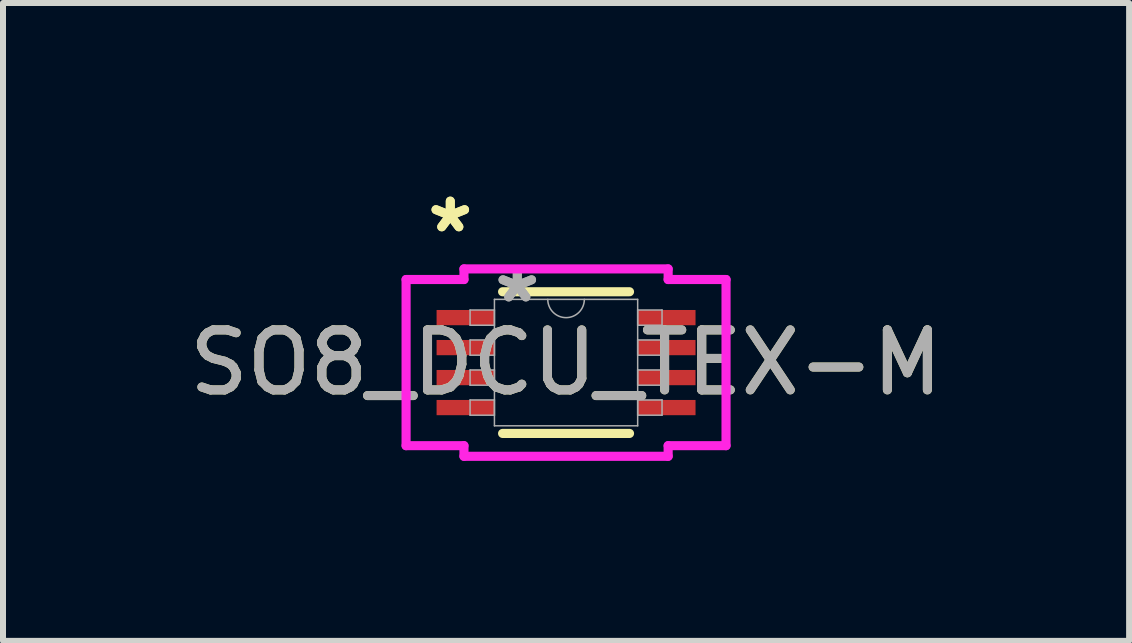
<source format=kicad_pcb>
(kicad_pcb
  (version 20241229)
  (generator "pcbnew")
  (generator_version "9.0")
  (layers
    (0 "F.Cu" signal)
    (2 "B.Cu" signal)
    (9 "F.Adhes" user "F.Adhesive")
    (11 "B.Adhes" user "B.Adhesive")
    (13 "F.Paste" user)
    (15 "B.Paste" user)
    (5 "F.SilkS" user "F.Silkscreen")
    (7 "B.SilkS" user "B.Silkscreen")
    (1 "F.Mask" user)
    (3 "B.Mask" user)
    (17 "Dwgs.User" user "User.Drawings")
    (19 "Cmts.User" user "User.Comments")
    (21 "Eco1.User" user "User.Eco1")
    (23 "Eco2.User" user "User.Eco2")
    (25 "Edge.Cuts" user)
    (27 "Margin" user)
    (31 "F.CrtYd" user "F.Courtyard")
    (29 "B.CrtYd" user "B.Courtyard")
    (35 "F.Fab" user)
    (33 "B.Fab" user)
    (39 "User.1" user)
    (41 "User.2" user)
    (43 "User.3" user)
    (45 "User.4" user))
  (footprint "SO8_DCU_TEX-M"
    (layer "F.Cu")
    (at 6.387 2.995)
    (property "Reference" "SO8_DCU_TEX-M" (at 0 0 0) (unlocked yes) (layer "F.SilkS") (effects (font (size 1 1) (thickness 0.15))))
    (attr smd)
    (fp_line (start -1.058 1.181) (end 1.058 1.181) (stroke (width 0.152) (type solid)) (layer "F.SilkS"))
    (fp_line (start 1.058 -1.181) (end -1.058 -1.181) (stroke (width 0.152) (type solid)) (layer "F.SilkS"))
    (fp_line (start -2.667 -1.385) (end -1.702 -1.385) (stroke (width 0.152) (type solid)) (layer "F.CrtYd"))
    (fp_line (start -2.667 1.385) (end -2.667 -1.385) (stroke (width 0.152) (type solid)) (layer "F.CrtYd"))
    (fp_line (start -2.667 1.385) (end -1.702 1.385) (stroke (width 0.152) (type solid)) (layer "F.CrtYd"))
    (fp_line (start -1.702 -1.562) (end 1.702 -1.562) (stroke (width 0.152) (type solid)) (layer "F.CrtYd"))
    (fp_line (start -1.702 -1.385) (end -1.702 -1.562) (stroke (width 0.152) (type solid)) (layer "F.CrtYd"))
    (fp_line (start -1.702 1.562) (end -1.702 1.385) (stroke (width 0.152) (type solid)) (layer "F.CrtYd"))
    (fp_line (start 1.702 -1.562) (end 1.702 -1.385) (stroke (width 0.152) (type solid)) (layer "F.CrtYd"))
    (fp_line (start 1.702 1.385) (end 1.702 1.562) (stroke (width 0.152) (type solid)) (layer "F.CrtYd"))
    (fp_line (start 1.702 1.562) (end -1.702 1.562) (stroke (width 0.152) (type solid)) (layer "F.CrtYd"))
    (fp_line (start 2.667 -1.385) (end 1.702 -1.385) (stroke (width 0.152) (type solid)) (layer "F.CrtYd"))
    (fp_line (start 2.667 -1.385) (end 2.667 1.385) (stroke (width 0.152) (type solid)) (layer "F.CrtYd"))
    (fp_line (start 2.667 1.385) (end 1.702 1.385) (stroke (width 0.152) (type solid)) (layer "F.CrtYd"))
    (fp_line (start -1.6 -0.877) (end -1.6 -0.623) (stroke (width 0.025) (type solid)) (layer "F.Fab"))
    (fp_line (start -1.6 -0.623) (end -1.194 -0.623) (stroke (width 0.025) (type solid)) (layer "F.Fab"))
    (fp_line (start -1.6 -0.377) (end -1.6 -0.123) (stroke (width 0.025) (type solid)) (layer "F.Fab"))
    (fp_line (start -1.6 -0.123) (end -1.194 -0.123) (stroke (width 0.025) (type solid)) (layer "F.Fab"))
    (fp_line (start -1.6 0.123) (end -1.6 0.377) (stroke (width 0.025) (type solid)) (layer "F.Fab"))
    (fp_line (start -1.6 0.377) (end -1.194 0.377) (stroke (width 0.025) (type solid)) (layer "F.Fab"))
    (fp_line (start -1.6 0.623) (end -1.6 0.877) (stroke (width 0.025) (type solid)) (layer "F.Fab"))
    (fp_line (start -1.6 0.877) (end -1.194 0.877) (stroke (width 0.025) (type solid)) (layer "F.Fab"))
    (fp_line (start -1.194 -1.054) (end -1.194 1.054) (stroke (width 0.025) (type solid)) (layer "F.Fab"))
    (fp_line (start -1.194 -0.877) (end -1.6 -0.877) (stroke (width 0.025) (type solid)) (layer "F.Fab"))
    (fp_line (start -1.194 -0.623) (end -1.194 -0.877) (stroke (width 0.025) (type solid)) (layer "F.Fab"))
    (fp_line (start -1.194 -0.377) (end -1.6 -0.377) (stroke (width 0.025) (type solid)) (layer "F.Fab"))
    (fp_line (start -1.194 -0.123) (end -1.194 -0.377) (stroke (width 0.025) (type solid)) (layer "F.Fab"))
    (fp_line (start -1.194 0.123) (end -1.6 0.123) (stroke (width 0.025) (type solid)) (layer "F.Fab"))
    (fp_line (start -1.194 0.377) (end -1.194 0.123) (stroke (width 0.025) (type solid)) (layer "F.Fab"))
    (fp_line (start -1.194 0.623) (end -1.6 0.623) (stroke (width 0.025) (type solid)) (layer "F.Fab"))
    (fp_line (start -1.194 0.877) (end -1.194 0.623) (stroke (width 0.025) (type solid)) (layer "F.Fab"))
    (fp_line (start -1.194 1.054) (end 1.194 1.054) (stroke (width 0.025) (type solid)) (layer "F.Fab"))
    (fp_line (start 1.194 -1.054) (end -1.194 -1.054) (stroke (width 0.025) (type solid)) (layer "F.Fab"))
    (fp_line (start 1.194 -0.877) (end 1.194 -0.623) (stroke (width 0.025) (type solid)) (layer "F.Fab"))
    (fp_line (start 1.194 -0.623) (end 1.6 -0.623) (stroke (width 0.025) (type solid)) (layer "F.Fab"))
    (fp_line (start 1.194 -0.377) (end 1.194 -0.123) (stroke (width 0.025) (type solid)) (layer "F.Fab"))
    (fp_line (start 1.194 -0.123) (end 1.6 -0.123) (stroke (width 0.025) (type solid)) (layer "F.Fab"))
    (fp_line (start 1.194 0.123) (end 1.194 0.377) (stroke (width 0.025) (type solid)) (layer "F.Fab"))
    (fp_line (start 1.194 0.377) (end 1.6 0.377) (stroke (width 0.025) (type solid)) (layer "F.Fab"))
    (fp_line (start 1.194 0.623) (end 1.194 0.877) (stroke (width 0.025) (type solid)) (layer "F.Fab"))
    (fp_line (start 1.194 0.877) (end 1.6 0.877) (stroke (width 0.025) (type solid)) (layer "F.Fab"))
    (fp_line (start 1.194 1.054) (end 1.194 -1.054) (stroke (width 0.025) (type solid)) (layer "F.Fab"))
    (fp_line (start 1.6 -0.877) (end 1.194 -0.877) (stroke (width 0.025) (type solid)) (layer "F.Fab"))
    (fp_line (start 1.6 -0.623) (end 1.6 -0.877) (stroke (width 0.025) (type solid)) (layer "F.Fab"))
    (fp_line (start 1.6 -0.377) (end 1.194 -0.377) (stroke (width 0.025) (type solid)) (layer "F.Fab"))
    (fp_line (start 1.6 -0.123) (end 1.6 -0.377) (stroke (width 0.025) (type solid)) (layer "F.Fab"))
    (fp_line (start 1.6 0.123) (end 1.194 0.123) (stroke (width 0.025) (type solid)) (layer "F.Fab"))
    (fp_line (start 1.6 0.377) (end 1.6 0.123) (stroke (width 0.025) (type solid)) (layer "F.Fab"))
    (fp_line (start 1.6 0.623) (end 1.194 0.623) (stroke (width 0.025) (type solid)) (layer "F.Fab"))
    (fp_line (start 1.6 0.877) (end 1.6 0.623) (stroke (width 0.025) (type solid)) (layer "F.Fab"))
    (fp_arc (start 0.3048 -1.0541) (mid 0 -0.7493) (end -0.3048 -1.0541) (stroke (width 0.0254) (type solid)) (layer "F.Fab"))
    (fp_text user "*" (at -1.93 -2.147 0) (layer "F.SilkS") (effects (font (size 1 1) (thickness 0.15))))
    (fp_text user "*" (at -1.93 -2.147 0) (unlocked yes) (layer "F.SilkS") (effects (font (size 1 1) (thickness 0.15))))
    (fp_text user "*" (at -0.813 -0.978 0) (unlocked yes) (layer "F.Fab") (effects (font (size 1 1) (thickness 0.15))))
    (fp_text user "*" (at -0.813 -0.978 0) (layer "F.Fab") (effects (font (size 1 1) (thickness 0.15))))
    (fp_text user "${REFERENCE}" (at 0 0 0) (unlocked yes) (layer "F.Fab") (effects (font (size 1 1) (thickness 0.15))))
    (pad "1" smd rect (at -1.676 -0.75) (size 0.965 0.254) (layers "F.Cu" "F.Mask" "F.Paste"))
    (pad "2" smd rect (at -1.676 -0.25) (size 0.965 0.254) (layers "F.Cu" "F.Mask" "F.Paste"))
    (pad "3" smd rect (at -1.676 0.25) (size 0.965 0.254) (layers "F.Cu" "F.Mask" "F.Paste"))
    (pad "4" smd rect (at -1.676 0.75) (size 0.965 0.254) (layers "F.Cu" "F.Mask" "F.Paste"))
    (pad "5" smd rect (at 1.676 0.75) (size 0.965 0.254) (layers "F.Cu" "F.Mask" "F.Paste"))
    (pad "6" smd rect (at 1.676 0.25) (size 0.965 0.254) (layers "F.Cu" "F.Mask" "F.Paste"))
    (pad "7" smd rect (at 1.676 -0.25) (size 0.965 0.254) (layers "F.Cu" "F.Mask" "F.Paste"))
    (pad "8" smd rect (at 1.676 -0.75) (size 0.965 0.254) (layers "F.Cu" "F.Mask" "F.Paste")))
  (gr_rect
    (start -3 -3)
    (end 15.774 7.634)
    (stroke (width 0.1) (type default))
    (fill no)
    (layer "Edge.Cuts")))
</source>
